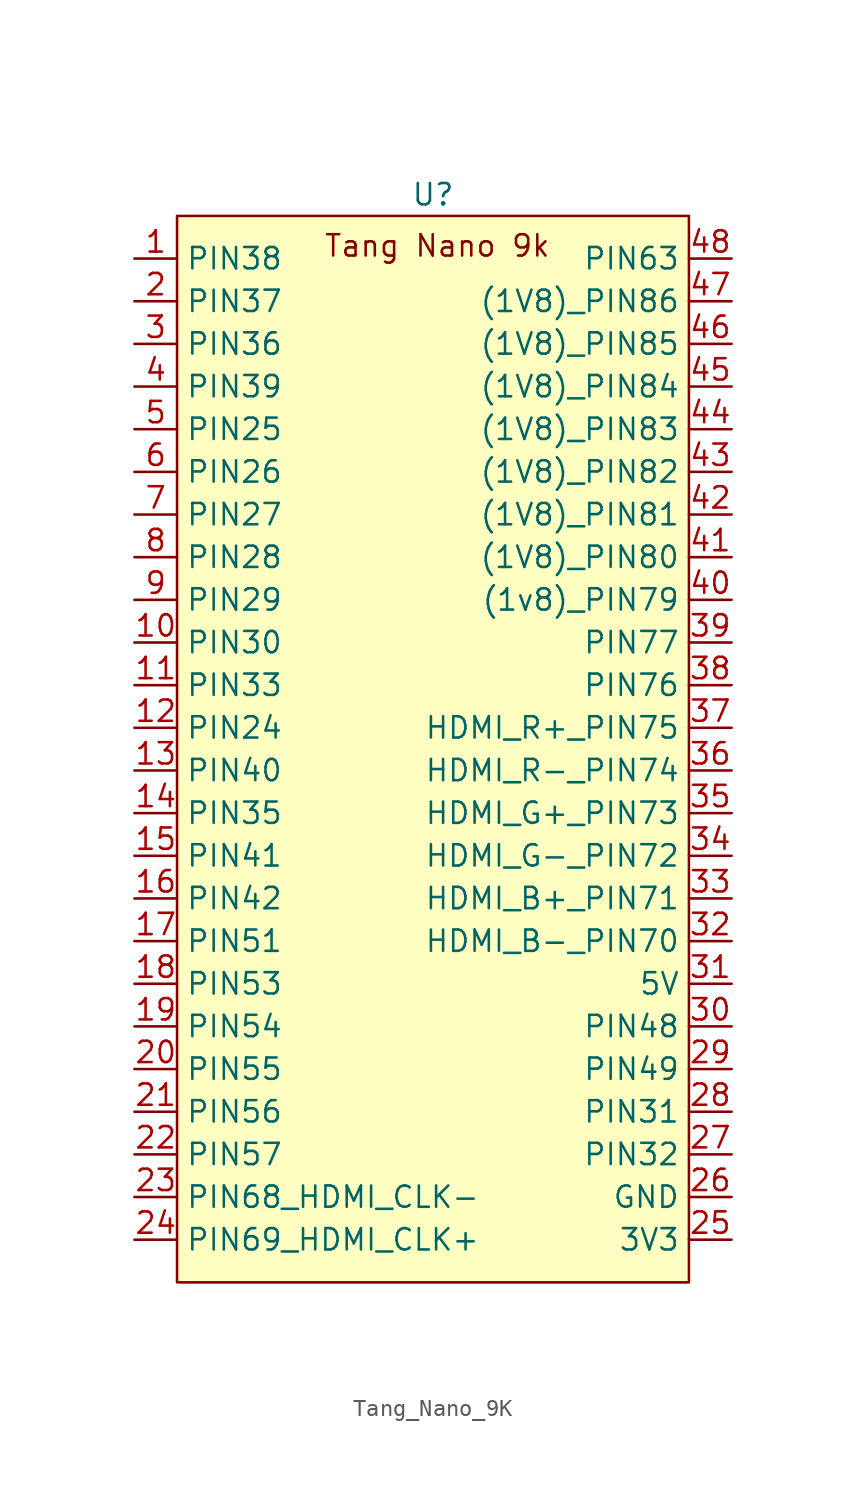
<source format=kicad_sym>
(kicad_symbol_lib
  (version 20241209)
  (generator "kicad_symbol_editor")
  (generator_version "9.0")
  (symbol "Tang_Nano_9K"
    (property "Reference" "U"
      (at 0 31.75 0)
      (effects (font (size 1.27 1.27))))
    (property "Value" ""
      (at 0 0 0)
      (effects (font (size 1.27 1.27))))
    (symbol "Tang_Nano_9K_0_1"
      (rectangle (start -15.24 30.48) (end 15.24 -33.02) (stroke (width 0) (type default)) (fill (type background))))
    (symbol "Tang_Nano_9K_1_1"
      (text "Tang Nano 9k" (at 0.254 28.702 0) (effects (font (size 1.27 1.27))))
      (pin bidirectional line (at -17.78 27.94 0) (length 2.54) (name "PIN38" (effects (font (size 1.27 1.27)))) (number "1" (effects (font (size 1.27 1.27)))))
      (pin bidirectional line (at -17.78 25.4 0) (length 2.54) (name "PIN37" (effects (font (size 1.27 1.27)))) (number "2" (effects (font (size 1.27 1.27)))))
      (pin bidirectional line (at -17.78 22.86 0) (length 2.54) (name "PIN36" (effects (font (size 1.27 1.27)))) (number "3" (effects (font (size 1.27 1.27)))))
      (pin bidirectional line (at -17.78 20.32 0) (length 2.54) (name "PIN39" (effects (font (size 1.27 1.27)))) (number "4" (effects (font (size 1.27 1.27)))))
      (pin bidirectional line (at -17.78 17.78 0) (length 2.54) (name "PIN25" (effects (font (size 1.27 1.27)))) (number "5" (effects (font (size 1.27 1.27)))))
      (pin bidirectional line (at -17.78 15.24 0) (length 2.54) (name "PIN26" (effects (font (size 1.27 1.27)))) (number "6" (effects (font (size 1.27 1.27)))))
      (pin bidirectional line (at -17.78 12.7 0) (length 2.54) (name "PIN27" (effects (font (size 1.27 1.27)))) (number "7" (effects (font (size 1.27 1.27)))))
      (pin bidirectional line (at -17.78 10.16 0) (length 2.54) (name "PIN28" (effects (font (size 1.27 1.27)))) (number "8" (effects (font (size 1.27 1.27)))))
      (pin bidirectional line (at -17.78 7.62 0) (length 2.54) (name "PIN29" (effects (font (size 1.27 1.27)))) (number "9" (effects (font (size 1.27 1.27)))))
      (pin bidirectional line (at -17.78 5.08 0) (length 2.54) (name "PIN30" (effects (font (size 1.27 1.27)))) (number "10" (effects (font (size 1.27 1.27)))))
      (pin bidirectional line (at -17.78 2.54 0) (length 2.54) (name "PIN33" (effects (font (size 1.27 1.27)))) (number "11" (effects (font (size 1.27 1.27)))))
      (pin bidirectional line (at -17.78 0 0) (length 2.54) (name "PIN24" (effects (font (size 1.27 1.27)))) (number "12" (effects (font (size 1.27 1.27)))))
      (pin bidirectional line (at -17.78 -2.54 0) (length 2.54) (name "PIN40" (effects (font (size 1.27 1.27)))) (number "13" (effects (font (size 1.27 1.27)))))
      (pin bidirectional line (at -17.78 -5.08 0) (length 2.54) (name "PIN35" (effects (font (size 1.27 1.27)))) (number "14" (effects (font (size 1.27 1.27)))))
      (pin bidirectional line (at -17.78 -7.62 0) (length 2.54) (name "PIN41" (effects (font (size 1.27 1.27)))) (number "15" (effects (font (size 1.27 1.27)))))
      (pin bidirectional line (at -17.78 -10.16 0) (length 2.54) (name "PIN42" (effects (font (size 1.27 1.27)))) (number "16" (effects (font (size 1.27 1.27)))))
      (pin bidirectional line (at -17.78 -12.7 0) (length 2.54) (name "PIN51" (effects (font (size 1.27 1.27)))) (number "17" (effects (font (size 1.27 1.27)))))
      (pin bidirectional line (at -17.78 -15.24 0) (length 2.54) (name "PIN53" (effects (font (size 1.27 1.27)))) (number "18" (effects (font (size 1.27 1.27)))))
      (pin bidirectional line (at -17.78 -17.78 0) (length 2.54) (name "PIN54" (effects (font (size 1.27 1.27)))) (number "19" (effects (font (size 1.27 1.27)))))
      (pin bidirectional line (at -17.78 -20.32 0) (length 2.54) (name "PIN55" (effects (font (size 1.27 1.27)))) (number "20" (effects (font (size 1.27 1.27)))))
      (pin bidirectional line (at -17.78 -22.86 0) (length 2.54) (name "PIN56" (effects (font (size 1.27 1.27)))) (number "21" (effects (font (size 1.27 1.27)))))
      (pin bidirectional line (at -17.78 -25.4 0) (length 2.54) (name "PIN57" (effects (font (size 1.27 1.27)))) (number "22" (effects (font (size 1.27 1.27)))))
      (pin bidirectional line (at -17.78 -27.94 0) (length 2.54) (name "PIN68_HDMI_CLK-" (effects (font (size 1.27 1.27)))) (number "23" (effects (font (size 1.27 1.27)))))
      (pin bidirectional line (at -17.78 -30.48 0) (length 2.54) (name "PIN69_HDMI_CLK+" (effects (font (size 1.27 1.27)))) (number "24" (effects (font (size 1.27 1.27)))))
      (pin bidirectional line (at 17.78 27.94 180) (length 2.54) (name "PIN63" (effects (font (size 1.27 1.27)))) (number "48" (effects (font (size 1.27 1.27)))))
      (pin bidirectional line (at 17.78 25.4 180) (length 2.54) (name "(1V8)_PIN86" (effects (font (size 1.27 1.27)))) (number "47" (effects (font (size 1.27 1.27)))))
      (pin bidirectional line (at 17.78 22.86 180) (length 2.54) (name "(1V8)_PIN85" (effects (font (size 1.27 1.27)))) (number "46" (effects (font (size 1.27 1.27)))))
      (pin bidirectional line (at 17.78 20.32 180) (length 2.54) (name "(1V8)_PIN84" (effects (font (size 1.27 1.27)))) (number "45" (effects (font (size 1.27 1.27)))))
      (pin bidirectional line (at 17.78 17.78 180) (length 2.54) (name "(1V8)_PIN83" (effects (font (size 1.27 1.27)))) (number "44" (effects (font (size 1.27 1.27)))))
      (pin bidirectional line (at 17.78 15.24 180) (length 2.54) (name "(1V8)_PIN82" (effects (font (size 1.27 1.27)))) (number "43" (effects (font (size 1.27 1.27)))))
      (pin bidirectional line (at 17.78 12.7 180) (length 2.54) (name "(1V8)_PIN81" (effects (font (size 1.27 1.27)))) (number "42" (effects (font (size 1.27 1.27)))))
      (pin bidirectional line (at 17.78 10.16 180) (length 2.54) (name "(1V8)_PIN80" (effects (font (size 1.27 1.27)))) (number "41" (effects (font (size 1.27 1.27)))))
      (pin bidirectional line (at 17.78 7.62 180) (length 2.54) (name "(1v8)_PIN79" (effects (font (size 1.27 1.27)))) (number "40" (effects (font (size 1.27 1.27)))))
      (pin bidirectional line (at 17.78 5.08 180) (length 2.54) (name "PIN77" (effects (font (size 1.27 1.27)))) (number "39" (effects (font (size 1.27 1.27)))))
      (pin bidirectional line (at 17.78 2.54 180) (length 2.54) (name "PIN76" (effects (font (size 1.27 1.27)))) (number "38" (effects (font (size 1.27 1.27)))))
      (pin bidirectional line (at 17.78 0 180) (length 2.54) (name "HDMI_R+_PIN75" (effects (font (size 1.27 1.27)))) (number "37" (effects (font (size 1.27 1.27)))))
      (pin bidirectional line (at 17.78 -2.54 180) (length 2.54) (name "HDMI_R-_PIN74" (effects (font (size 1.27 1.27)))) (number "36" (effects (font (size 1.27 1.27)))))
      (pin bidirectional line (at 17.78 -5.08 180) (length 2.54) (name "HDMI_G+_PIN73" (effects (font (size 1.27 1.27)))) (number "35" (effects (font (size 1.27 1.27)))))
      (pin bidirectional line (at 17.78 -7.62 180) (length 2.54) (name "HDMI_G-_PIN72" (effects (font (size 1.27 1.27)))) (number "34" (effects (font (size 1.27 1.27)))))
      (pin bidirectional line (at 17.78 -10.16 180) (length 2.54) (name "HDMI_B+_PIN71" (effects (font (size 1.27 1.27)))) (number "33" (effects (font (size 1.27 1.27)))))
      (pin bidirectional line (at 17.78 -12.7 180) (length 2.54) (name "HDMI_B-_PIN70" (effects (font (size 1.27 1.27)))) (number "32" (effects (font (size 1.27 1.27)))))
      (pin power_in line (at 17.78 -15.24 180) (length 2.54) (name "5V" (effects (font (size 1.27 1.27)))) (number "31" (effects (font (size 1.27 1.27)))))
      (pin bidirectional line (at 17.78 -17.78 180) (length 2.54) (name "PIN48" (effects (font (size 1.27 1.27)))) (number "30" (effects (font (size 1.27 1.27)))))
      (pin bidirectional line (at 17.78 -20.32 180) (length 2.54) (name "PIN49" (effects (font (size 1.27 1.27)))) (number "29" (effects (font (size 1.27 1.27)))))
      (pin bidirectional line (at 17.78 -22.86 180) (length 2.54) (name "PIN31" (effects (font (size 1.27 1.27)))) (number "28" (effects (font (size 1.27 1.27)))))
      (pin bidirectional line (at 17.78 -25.4 180) (length 2.54) (name "PIN32" (effects (font (size 1.27 1.27)))) (number "27" (effects (font (size 1.27 1.27)))))
      (pin bidirectional line (at 17.78 -27.94 180) (length 2.54) (name "GND" (effects (font (size 1.27 1.27)))) (number "26" (effects (font (size 1.27 1.27)))))
      (pin power_out line (at 17.78 -30.48 180) (length 2.54) (name "3V3" (effects (font (size 1.27 1.27)))) (number "25" (effects (font (size 1.27 1.27))))))))
</source>
